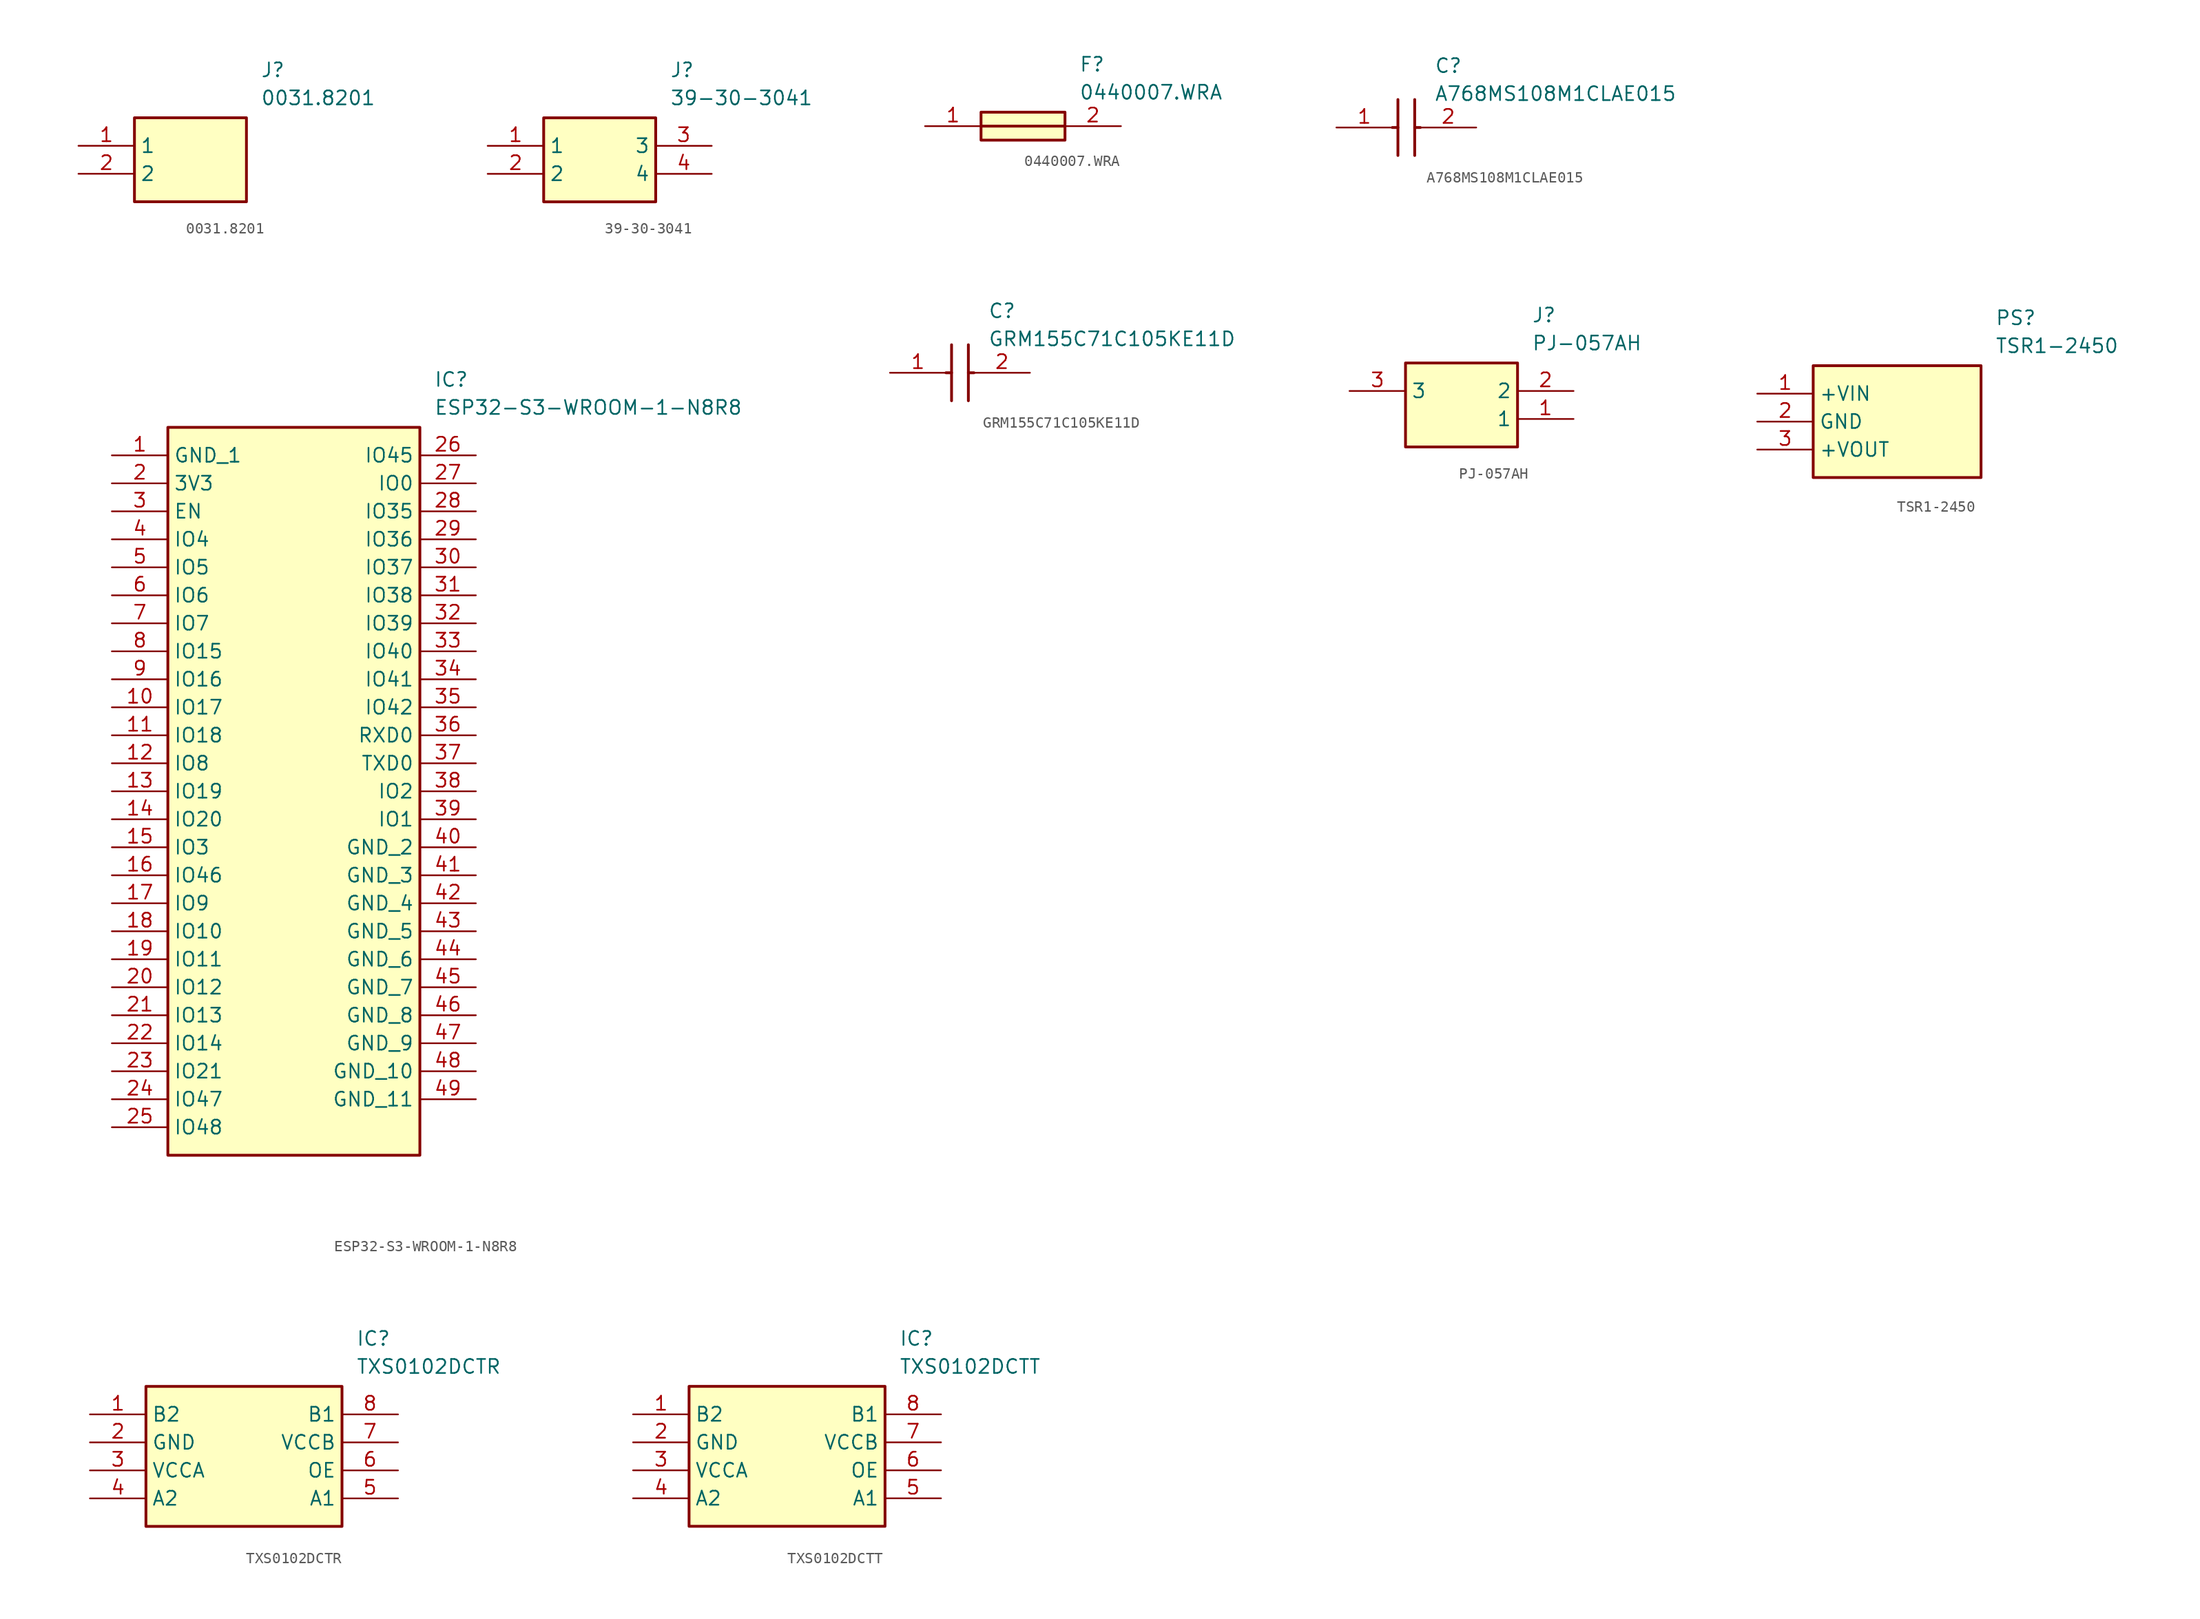
<source format=kicad_sym>
(kicad_symbol_lib
  (version 20220914)
  (generator SamacSys_ECAD_Model)
  (symbol "0031.8201"
    (property "Reference" "J"
      (at 16.51 7.62 0)
      (effects (font (size 1.27 1.27)) (justify left top)))
    (property "Value" "0031.8201"
      (at 16.51 5.08 0)
      (effects (font (size 1.27 1.27)) (justify left top)))
    (rectangle
      (start 5.08 2.54)
      (end 15.24 -5.08)
      (stroke (width 0.254) (type default))
      (fill (type background)))
    (pin passive line
      (at 0 0 0)
      (length 5.08)
      (name "1" (effects (font (size 1.27 1.27))))
      (number "1" (effects (font (size 1.27 1.27)))))
    (pin passive line
      (at 0 -2.54 0)
      (length 5.08)
      (name "2" (effects (font (size 1.27 1.27))))
      (number "2" (effects (font (size 1.27 1.27))))))
  (symbol "39-30-3041"
    (property "Reference" "J"
      (at 16.51 7.62 0)
      (effects (font (size 1.27 1.27)) (justify left top)))
    (property "Value" "39-30-3041"
      (at 16.51 5.08 0)
      (effects (font (size 1.27 1.27)) (justify left top)))
    (rectangle
      (start 5.08 2.54)
      (end 15.24 -5.08)
      (stroke (width 0.254) (type default))
      (fill (type background)))
    (pin passive line
      (at 0 0 0)
      (length 5.08)
      (name "1" (effects (font (size 1.27 1.27))))
      (number "1" (effects (font (size 1.27 1.27)))))
    (pin passive line
      (at 0 -2.54 0)
      (length 5.08)
      (name "2" (effects (font (size 1.27 1.27))))
      (number "2" (effects (font (size 1.27 1.27)))))
    (pin passive line
      (at 20.32 0 180)
      (length 5.08)
      (name "3" (effects (font (size 1.27 1.27))))
      (number "3" (effects (font (size 1.27 1.27)))))
    (pin passive line
      (at 20.32 -2.54 180)
      (length 5.08)
      (name "4" (effects (font (size 1.27 1.27))))
      (number "4" (effects (font (size 1.27 1.27))))))
  (symbol "0440007.WRA"
    (pin_names hide)
    (property "Reference" "F"
      (at 13.97 6.35 0)
      (effects (font (size 1.27 1.27)) (justify left top)))
    (property "Value" "0440007.WRA"
      (at 13.97 3.81 0)
      (effects (font (size 1.27 1.27)) (justify left top)))
    (rectangle
      (start 5.08 1.27)
      (end 12.7 -1.27)
      (stroke (width 0.254) (type default))
      (fill (type background)))
    (polyline
      (pts (xy 5.08 0) (xy 12.7 0))
      (stroke (width 0.254) (type default))
      (fill (type none)))
    (pin passive line
      (at 0 0 0)
      (length 5.08)
      (name "1" (effects (font (size 1.27 1.27))))
      (number "1" (effects (font (size 1.27 1.27)))))
    (pin passive line
      (at 17.78 0 180)
      (length 5.08)
      (name "2" (effects (font (size 1.27 1.27))))
      (number "2" (effects (font (size 1.27 1.27))))))
  (symbol "A768MS108M1CLAE015"
    (pin_names hide)
    (property "Reference" "C"
      (at 8.89 6.35 0)
      (effects (font (size 1.27 1.27)) (justify left top)))
    (property "Value" "A768MS108M1CLAE015"
      (at 8.89 3.81 0)
      (effects (font (size 1.27 1.27)) (justify left top)))
    (polyline
      (pts (xy 5.588 2.54) (xy 5.588 -2.54))
      (stroke (width 0.254) (type default))
      (fill (type none)))
    (polyline
      (pts (xy 7.112 2.54) (xy 7.112 -2.54))
      (stroke (width 0.254) (type default))
      (fill (type none)))
    (polyline
      (pts (xy 5.08 0) (xy 5.588 0))
      (stroke (width 0.254) (type default))
      (fill (type none)))
    (polyline
      (pts (xy 7.112 0) (xy 7.62 0))
      (stroke (width 0.254) (type default))
      (fill (type none)))
    (pin passive line
      (at 0 0 0)
      (length 5.08)
      (name "+" (effects (font (size 1.27 1.27))))
      (number "1" (effects (font (size 1.27 1.27)))))
    (pin passive line
      (at 12.7 0 180)
      (length 5.08)
      (name "-" (effects (font (size 1.27 1.27))))
      (number "2" (effects (font (size 1.27 1.27))))))
  (symbol "ESP32-S3-WROOM-1-N8R8"
    (property "Reference" "IC"
      (at 29.21 7.62 0)
      (effects (font (size 1.27 1.27)) (justify left top)))
    (property "Value" "ESP32-S3-WROOM-1-N8R8"
      (at 29.21 5.08 0)
      (effects (font (size 1.27 1.27)) (justify left top)))
    (rectangle
      (start 5.08 2.54)
      (end 27.94 -63.5)
      (stroke (width 0.254) (type default))
      (fill (type background)))
    (pin passive line
      (at 0 0 0)
      (length 5.08)
      (name "GND_1" (effects (font (size 1.27 1.27))))
      (number "1" (effects (font (size 1.27 1.27)))))
    (pin passive line
      (at 0 -2.54 0)
      (length 5.08)
      (name "3V3" (effects (font (size 1.27 1.27))))
      (number "2" (effects (font (size 1.27 1.27)))))
    (pin passive line
      (at 0 -5.08 0)
      (length 5.08)
      (name "EN" (effects (font (size 1.27 1.27))))
      (number "3" (effects (font (size 1.27 1.27)))))
    (pin passive line
      (at 0 -7.62 0)
      (length 5.08)
      (name "IO4" (effects (font (size 1.27 1.27))))
      (number "4" (effects (font (size 1.27 1.27)))))
    (pin passive line
      (at 0 -10.16 0)
      (length 5.08)
      (name "IO5" (effects (font (size 1.27 1.27))))
      (number "5" (effects (font (size 1.27 1.27)))))
    (pin passive line
      (at 0 -12.7 0)
      (length 5.08)
      (name "IO6" (effects (font (size 1.27 1.27))))
      (number "6" (effects (font (size 1.27 1.27)))))
    (pin passive line
      (at 0 -15.24 0)
      (length 5.08)
      (name "IO7" (effects (font (size 1.27 1.27))))
      (number "7" (effects (font (size 1.27 1.27)))))
    (pin passive line
      (at 0 -17.78 0)
      (length 5.08)
      (name "IO15" (effects (font (size 1.27 1.27))))
      (number "8" (effects (font (size 1.27 1.27)))))
    (pin passive line
      (at 0 -20.32 0)
      (length 5.08)
      (name "IO16" (effects (font (size 1.27 1.27))))
      (number "9" (effects (font (size 1.27 1.27)))))
    (pin passive line
      (at 0 -22.86 0)
      (length 5.08)
      (name "IO17" (effects (font (size 1.27 1.27))))
      (number "10" (effects (font (size 1.27 1.27)))))
    (pin passive line
      (at 0 -25.4 0)
      (length 5.08)
      (name "IO18" (effects (font (size 1.27 1.27))))
      (number "11" (effects (font (size 1.27 1.27)))))
    (pin passive line
      (at 0 -27.94 0)
      (length 5.08)
      (name "IO8" (effects (font (size 1.27 1.27))))
      (number "12" (effects (font (size 1.27 1.27)))))
    (pin passive line
      (at 0 -30.48 0)
      (length 5.08)
      (name "IO19" (effects (font (size 1.27 1.27))))
      (number "13" (effects (font (size 1.27 1.27)))))
    (pin passive line
      (at 0 -33.02 0)
      (length 5.08)
      (name "IO20" (effects (font (size 1.27 1.27))))
      (number "14" (effects (font (size 1.27 1.27)))))
    (pin passive line
      (at 0 -35.56 0)
      (length 5.08)
      (name "IO3" (effects (font (size 1.27 1.27))))
      (number "15" (effects (font (size 1.27 1.27)))))
    (pin passive line
      (at 0 -38.1 0)
      (length 5.08)
      (name "IO46" (effects (font (size 1.27 1.27))))
      (number "16" (effects (font (size 1.27 1.27)))))
    (pin passive line
      (at 0 -40.64 0)
      (length 5.08)
      (name "IO9" (effects (font (size 1.27 1.27))))
      (number "17" (effects (font (size 1.27 1.27)))))
    (pin passive line
      (at 0 -43.18 0)
      (length 5.08)
      (name "IO10" (effects (font (size 1.27 1.27))))
      (number "18" (effects (font (size 1.27 1.27)))))
    (pin passive line
      (at 0 -45.72 0)
      (length 5.08)
      (name "IO11" (effects (font (size 1.27 1.27))))
      (number "19" (effects (font (size 1.27 1.27)))))
    (pin passive line
      (at 0 -48.26 0)
      (length 5.08)
      (name "IO12" (effects (font (size 1.27 1.27))))
      (number "20" (effects (font (size 1.27 1.27)))))
    (pin passive line
      (at 0 -50.8 0)
      (length 5.08)
      (name "IO13" (effects (font (size 1.27 1.27))))
      (number "21" (effects (font (size 1.27 1.27)))))
    (pin passive line
      (at 0 -53.34 0)
      (length 5.08)
      (name "IO14" (effects (font (size 1.27 1.27))))
      (number "22" (effects (font (size 1.27 1.27)))))
    (pin passive line
      (at 0 -55.88 0)
      (length 5.08)
      (name "IO21" (effects (font (size 1.27 1.27))))
      (number "23" (effects (font (size 1.27 1.27)))))
    (pin passive line
      (at 0 -58.42 0)
      (length 5.08)
      (name "IO47" (effects (font (size 1.27 1.27))))
      (number "24" (effects (font (size 1.27 1.27)))))
    (pin passive line
      (at 0 -60.96 0)
      (length 5.08)
      (name "IO48" (effects (font (size 1.27 1.27))))
      (number "25" (effects (font (size 1.27 1.27)))))
    (pin passive line
      (at 33.02 0 180)
      (length 5.08)
      (name "IO45" (effects (font (size 1.27 1.27))))
      (number "26" (effects (font (size 1.27 1.27)))))
    (pin passive line
      (at 33.02 -2.54 180)
      (length 5.08)
      (name "IO0" (effects (font (size 1.27 1.27))))
      (number "27" (effects (font (size 1.27 1.27)))))
    (pin passive line
      (at 33.02 -5.08 180)
      (length 5.08)
      (name "IO35" (effects (font (size 1.27 1.27))))
      (number "28" (effects (font (size 1.27 1.27)))))
    (pin passive line
      (at 33.02 -7.62 180)
      (length 5.08)
      (name "IO36" (effects (font (size 1.27 1.27))))
      (number "29" (effects (font (size 1.27 1.27)))))
    (pin passive line
      (at 33.02 -10.16 180)
      (length 5.08)
      (name "IO37" (effects (font (size 1.27 1.27))))
      (number "30" (effects (font (size 1.27 1.27)))))
    (pin passive line
      (at 33.02 -12.7 180)
      (length 5.08)
      (name "IO38" (effects (font (size 1.27 1.27))))
      (number "31" (effects (font (size 1.27 1.27)))))
    (pin passive line
      (at 33.02 -15.24 180)
      (length 5.08)
      (name "IO39" (effects (font (size 1.27 1.27))))
      (number "32" (effects (font (size 1.27 1.27)))))
    (pin passive line
      (at 33.02 -17.78 180)
      (length 5.08)
      (name "IO40" (effects (font (size 1.27 1.27))))
      (number "33" (effects (font (size 1.27 1.27)))))
    (pin passive line
      (at 33.02 -20.32 180)
      (length 5.08)
      (name "IO41" (effects (font (size 1.27 1.27))))
      (number "34" (effects (font (size 1.27 1.27)))))
    (pin passive line
      (at 33.02 -22.86 180)
      (length 5.08)
      (name "IO42" (effects (font (size 1.27 1.27))))
      (number "35" (effects (font (size 1.27 1.27)))))
    (pin passive line
      (at 33.02 -25.4 180)
      (length 5.08)
      (name "RXD0" (effects (font (size 1.27 1.27))))
      (number "36" (effects (font (size 1.27 1.27)))))
    (pin passive line
      (at 33.02 -27.94 180)
      (length 5.08)
      (name "TXD0" (effects (font (size 1.27 1.27))))
      (number "37" (effects (font (size 1.27 1.27)))))
    (pin passive line
      (at 33.02 -30.48 180)
      (length 5.08)
      (name "IO2" (effects (font (size 1.27 1.27))))
      (number "38" (effects (font (size 1.27 1.27)))))
    (pin passive line
      (at 33.02 -33.02 180)
      (length 5.08)
      (name "IO1" (effects (font (size 1.27 1.27))))
      (number "39" (effects (font (size 1.27 1.27)))))
    (pin passive line
      (at 33.02 -35.56 180)
      (length 5.08)
      (name "GND_2" (effects (font (size 1.27 1.27))))
      (number "40" (effects (font (size 1.27 1.27)))))
    (pin passive line
      (at 33.02 -38.1 180)
      (length 5.08)
      (name "GND_3" (effects (font (size 1.27 1.27))))
      (number "41" (effects (font (size 1.27 1.27)))))
    (pin passive line
      (at 33.02 -40.64 180)
      (length 5.08)
      (name "GND_4" (effects (font (size 1.27 1.27))))
      (number "42" (effects (font (size 1.27 1.27)))))
    (pin passive line
      (at 33.02 -43.18 180)
      (length 5.08)
      (name "GND_5" (effects (font (size 1.27 1.27))))
      (number "43" (effects (font (size 1.27 1.27)))))
    (pin passive line
      (at 33.02 -45.72 180)
      (length 5.08)
      (name "GND_6" (effects (font (size 1.27 1.27))))
      (number "44" (effects (font (size 1.27 1.27)))))
    (pin passive line
      (at 33.02 -48.26 180)
      (length 5.08)
      (name "GND_7" (effects (font (size 1.27 1.27))))
      (number "45" (effects (font (size 1.27 1.27)))))
    (pin passive line
      (at 33.02 -50.8 180)
      (length 5.08)
      (name "GND_8" (effects (font (size 1.27 1.27))))
      (number "46" (effects (font (size 1.27 1.27)))))
    (pin passive line
      (at 33.02 -53.34 180)
      (length 5.08)
      (name "GND_9" (effects (font (size 1.27 1.27))))
      (number "47" (effects (font (size 1.27 1.27)))))
    (pin passive line
      (at 33.02 -55.88 180)
      (length 5.08)
      (name "GND_10" (effects (font (size 1.27 1.27))))
      (number "48" (effects (font (size 1.27 1.27)))))
    (pin passive line
      (at 33.02 -58.42 180)
      (length 5.08)
      (name "GND_11" (effects (font (size 1.27 1.27))))
      (number "49" (effects (font (size 1.27 1.27))))))
  (symbol "GRM155C71C105KE11D"
    (pin_names hide)
    (property "Reference" "C"
      (at 8.89 6.35 0)
      (effects (font (size 1.27 1.27)) (justify left top)))
    (property "Value" "GRM155C71C105KE11D"
      (at 8.89 3.81 0)
      (effects (font (size 1.27 1.27)) (justify left top)))
    (polyline
      (pts (xy 5.588 2.54) (xy 5.588 -2.54))
      (stroke (width 0.254) (type default))
      (fill (type none)))
    (polyline
      (pts (xy 7.112 2.54) (xy 7.112 -2.54))
      (stroke (width 0.254) (type default))
      (fill (type none)))
    (polyline
      (pts (xy 5.08 0) (xy 5.588 0))
      (stroke (width 0.254) (type default))
      (fill (type none)))
    (polyline
      (pts (xy 7.112 0) (xy 7.62 0))
      (stroke (width 0.254) (type default))
      (fill (type none)))
    (pin passive line
      (at 0 0 0)
      (length 5.08)
      (name "1" (effects (font (size 1.27 1.27))))
      (number "1" (effects (font (size 1.27 1.27)))))
    (pin passive line
      (at 12.7 0 180)
      (length 5.08)
      (name "2" (effects (font (size 1.27 1.27))))
      (number "2" (effects (font (size 1.27 1.27))))))
  (symbol "PJ-057AH"
    (property "Reference" "J"
      (at 16.51 7.62 0)
      (effects (font (size 1.27 1.27)) (justify left top)))
    (property "Value" "PJ-057AH"
      (at 16.51 5.08 0)
      (effects (font (size 1.27 1.27)) (justify left top)))
    (rectangle
      (start 5.08 2.54)
      (end 15.24 -5.08)
      (stroke (width 0.254) (type default))
      (fill (type background)))
    (pin passive line
      (at 20.32 -2.54 180)
      (length 5.08)
      (name "1" (effects (font (size 1.27 1.27))))
      (number "1" (effects (font (size 1.27 1.27)))))
    (pin passive line
      (at 20.32 0 180)
      (length 5.08)
      (name "2" (effects (font (size 1.27 1.27))))
      (number "2" (effects (font (size 1.27 1.27)))))
    (pin passive line
      (at 0 0 0)
      (length 5.08)
      (name "3" (effects (font (size 1.27 1.27))))
      (number "3" (effects (font (size 1.27 1.27))))))
  (symbol "TSR1-2450"
    (property "Reference" "PS"
      (at 21.59 7.62 0)
      (effects (font (size 1.27 1.27)) (justify left top)))
    (property "Value" "TSR1-2450"
      (at 21.59 5.08 0)
      (effects (font (size 1.27 1.27)) (justify left top)))
    (rectangle
      (start 5.08 2.54)
      (end 20.32 -7.62)
      (stroke (width 0.254) (type default))
      (fill (type background)))
    (pin passive line
      (at 0 0 0)
      (length 5.08)
      (name "+VIN" (effects (font (size 1.27 1.27))))
      (number "1" (effects (font (size 1.27 1.27)))))
    (pin passive line
      (at 0 -2.54 0)
      (length 5.08)
      (name "GND" (effects (font (size 1.27 1.27))))
      (number "2" (effects (font (size 1.27 1.27)))))
    (pin passive line
      (at 0 -5.08 0)
      (length 5.08)
      (name "+VOUT" (effects (font (size 1.27 1.27))))
      (number "3" (effects (font (size 1.27 1.27))))))
  (symbol "TXS0102DCTR"
    (property "Reference" "IC"
      (at 24.13 7.62 0)
      (effects (font (size 1.27 1.27)) (justify left top)))
    (property "Value" "TXS0102DCTR"
      (at 24.13 5.08 0)
      (effects (font (size 1.27 1.27)) (justify left top)))
    (rectangle
      (start 5.08 2.54)
      (end 22.86 -10.16)
      (stroke (width 0.254) (type default))
      (fill (type background)))
    (pin bidirectional line
      (at 0 0 0)
      (length 5.08)
      (name "B2" (effects (font (size 1.27 1.27))))
      (number "1" (effects (font (size 1.27 1.27)))))
    (pin power_in line
      (at 0 -2.54 0)
      (length 5.08)
      (name "GND" (effects (font (size 1.27 1.27))))
      (number "2" (effects (font (size 1.27 1.27)))))
    (pin power_in line
      (at 0 -5.08 0)
      (length 5.08)
      (name "VCCA" (effects (font (size 1.27 1.27))))
      (number "3" (effects (font (size 1.27 1.27)))))
    (pin bidirectional line
      (at 0 -7.62 0)
      (length 5.08)
      (name "A2" (effects (font (size 1.27 1.27))))
      (number "4" (effects (font (size 1.27 1.27)))))
    (pin bidirectional line
      (at 27.94 0 180)
      (length 5.08)
      (name "B1" (effects (font (size 1.27 1.27))))
      (number "8" (effects (font (size 1.27 1.27)))))
    (pin power_in line
      (at 27.94 -2.54 180)
      (length 5.08)
      (name "VCCB" (effects (font (size 1.27 1.27))))
      (number "7" (effects (font (size 1.27 1.27)))))
    (pin input line
      (at 27.94 -5.08 180)
      (length 5.08)
      (name "OE" (effects (font (size 1.27 1.27))))
      (number "6" (effects (font (size 1.27 1.27)))))
    (pin bidirectional line
      (at 27.94 -7.62 180)
      (length 5.08)
      (name "A1" (effects (font (size 1.27 1.27))))
      (number "5" (effects (font (size 1.27 1.27))))))
  (symbol "TXS0102DCTT"
    (property "Reference" "IC"
      (at 24.13 7.62 0)
      (effects (font (size 1.27 1.27)) (justify left top)))
    (property "Value" "TXS0102DCTT"
      (at 24.13 5.08 0)
      (effects (font (size 1.27 1.27)) (justify left top)))
    (rectangle
      (start 5.08 2.54)
      (end 22.86 -10.16)
      (stroke (width 0.254) (type default))
      (fill (type background)))
    (pin passive line
      (at 0 0 0)
      (length 5.08)
      (name "B2" (effects (font (size 1.27 1.27))))
      (number "1" (effects (font (size 1.27 1.27)))))
    (pin passive line
      (at 0 -2.54 0)
      (length 5.08)
      (name "GND" (effects (font (size 1.27 1.27))))
      (number "2" (effects (font (size 1.27 1.27)))))
    (pin passive line
      (at 0 -5.08 0)
      (length 5.08)
      (name "VCCA" (effects (font (size 1.27 1.27))))
      (number "3" (effects (font (size 1.27 1.27)))))
    (pin passive line
      (at 0 -7.62 0)
      (length 5.08)
      (name "A2" (effects (font (size 1.27 1.27))))
      (number "4" (effects (font (size 1.27 1.27)))))
    (pin passive line
      (at 27.94 0 180)
      (length 5.08)
      (name "B1" (effects (font (size 1.27 1.27))))
      (number "8" (effects (font (size 1.27 1.27)))))
    (pin passive line
      (at 27.94 -2.54 180)
      (length 5.08)
      (name "VCCB" (effects (font (size 1.27 1.27))))
      (number "7" (effects (font (size 1.27 1.27)))))
    (pin passive line
      (at 27.94 -5.08 180)
      (length 5.08)
      (name "OE" (effects (font (size 1.27 1.27))))
      (number "6" (effects (font (size 1.27 1.27)))))
    (pin passive line
      (at 27.94 -7.62 180)
      (length 5.08)
      (name "A1" (effects (font (size 1.27 1.27))))
      (number "5" (effects (font (size 1.27 1.27)))))))
</source>
